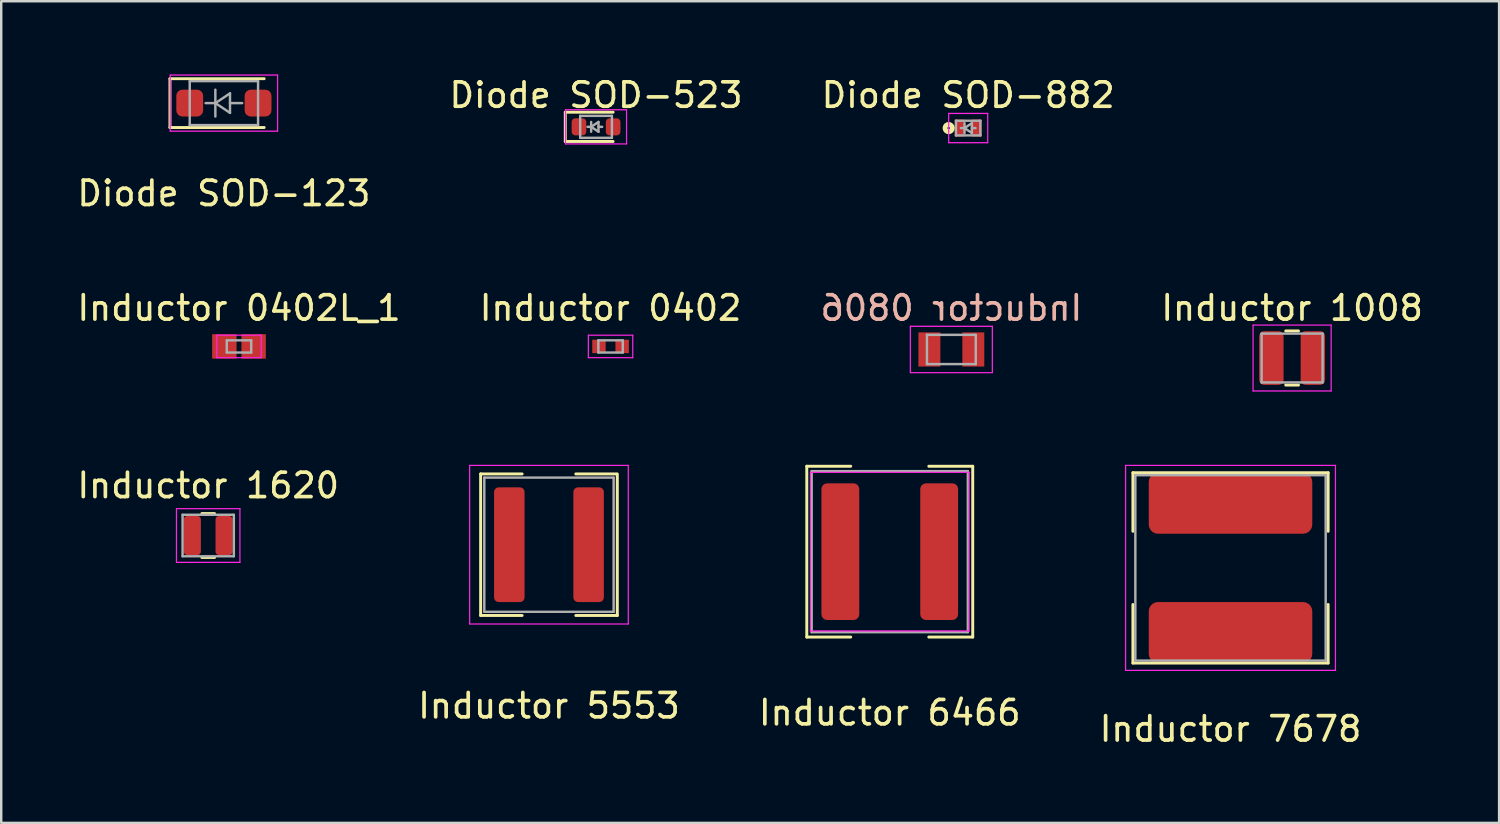
<source format=kicad_pcb>
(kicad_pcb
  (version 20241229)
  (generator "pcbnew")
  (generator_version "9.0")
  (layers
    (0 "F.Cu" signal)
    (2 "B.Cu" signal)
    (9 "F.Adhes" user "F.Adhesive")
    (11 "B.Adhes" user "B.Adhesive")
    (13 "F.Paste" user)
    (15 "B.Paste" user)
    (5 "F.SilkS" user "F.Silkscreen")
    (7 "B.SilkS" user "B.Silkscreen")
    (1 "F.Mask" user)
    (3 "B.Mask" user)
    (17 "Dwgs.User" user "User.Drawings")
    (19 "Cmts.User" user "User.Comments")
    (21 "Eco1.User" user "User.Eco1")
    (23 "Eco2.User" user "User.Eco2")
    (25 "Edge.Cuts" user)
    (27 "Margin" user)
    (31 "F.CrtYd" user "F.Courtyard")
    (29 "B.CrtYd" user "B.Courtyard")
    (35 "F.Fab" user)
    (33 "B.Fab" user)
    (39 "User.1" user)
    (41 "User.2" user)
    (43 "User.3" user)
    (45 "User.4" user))
  (footprint "Inductor 0402L_1"
    (layer "F.Cu")
    (at 6.744 11.146)
    (property "Reference" "Inductor 0402L_1" (at 0 -1.575 0) (layer "F.SilkS") (effects (font (size 1 1) (thickness 0.15))))
    (attr smd)
    (fp_line (start -0.91 -0.46) (end 0.91 -0.46) (stroke (width 0.05) (type solid)) (layer "F.CrtYd"))
    (fp_line (start -0.91 0.46) (end -0.91 -0.46) (stroke (width 0.05) (type solid)) (layer "F.CrtYd"))
    (fp_line (start 0.91 -0.46) (end 0.91 0.46) (stroke (width 0.05) (type solid)) (layer "F.CrtYd"))
    (fp_line (start 0.91 0.46) (end -0.91 0.46) (stroke (width 0.05) (type solid)) (layer "F.CrtYd"))
    (fp_line (start -0.5 -0.25) (end 0.5 -0.25) (stroke (width 0.1) (type solid)) (layer "F.Fab"))
    (fp_line (start -0.5 0.25) (end -0.5 -0.25) (stroke (width 0.1) (type solid)) (layer "F.Fab"))
    (fp_line (start 0.5 -0.25) (end 0.5 0.25) (stroke (width 0.1) (type solid)) (layer "F.Fab"))
    (fp_line (start 0.5 0.25) (end -0.5 0.25) (stroke (width 0.1) (type solid)) (layer "F.Fab"))
    (pad "1" smd rect (at -0.6 0) (size 1 1) (layers "F.Cu" "F.Mask" "F.Paste"))
    (pad "2" smd rect (at 0.6 0) (size 1 1) (layers "F.Cu" "F.Mask" "F.Paste")))
  (footprint "Inductor 0402"
    (layer "F.Cu")
    (at 21.97 11.146)
    (property "Reference" "Inductor 0402" (at 0 -1.575 0) (layer "F.SilkS") (effects (font (size 1 1) (thickness 0.15))))
    (attr smd)
    (fp_line (start -0.91 -0.46) (end 0.91 -0.46) (stroke (width 0.05) (type solid)) (layer "F.CrtYd"))
    (fp_line (start -0.91 0.46) (end -0.91 -0.46) (stroke (width 0.05) (type solid)) (layer "F.CrtYd"))
    (fp_line (start 0.91 -0.46) (end 0.91 0.46) (stroke (width 0.05) (type solid)) (layer "F.CrtYd"))
    (fp_line (start 0.91 0.46) (end -0.91 0.46) (stroke (width 0.05) (type solid)) (layer "F.CrtYd"))
    (fp_line (start -0.5 -0.25) (end 0.5 -0.25) (stroke (width 0.1) (type solid)) (layer "F.Fab"))
    (fp_line (start -0.5 0.25) (end -0.5 -0.25) (stroke (width 0.1) (type solid)) (layer "F.Fab"))
    (fp_line (start 0.5 -0.25) (end 0.5 0.25) (stroke (width 0.1) (type solid)) (layer "F.Fab"))
    (fp_line (start 0.5 0.25) (end -0.5 0.25) (stroke (width 0.1) (type solid)) (layer "F.Fab"))
    (pad "1" smd rect (at -0.475 0) (size 0.55 0.55) (layers "F.Cu" "F.Mask" "F.Paste"))
    (pad "2" smd rect (at 0.475 0) (size 0.55 0.55) (layers "F.Cu" "F.Mask" "F.Paste")))
  (footprint "Diode SOD-123"
    (layer "F.Cu")
    (at 6.125 1.175)
    (property "Reference" "Diode SOD-123" (at 0 3.7 0) (layer "F.SilkS") (effects (font (size 1 1) (thickness 0.15))))
    (attr smd)
    (fp_line (start -2.21 -1) (end -2.21 1) (stroke (width 0.12) (type solid)) (layer "F.SilkS"))
    (fp_line (start -2.21 -1) (end 1.65 -1) (stroke (width 0.12) (type solid)) (layer "F.SilkS"))
    (fp_line (start -2.21 1) (end 1.65 1) (stroke (width 0.12) (type solid)) (layer "F.SilkS"))
    (fp_line (start -2.2 -1.15) (end -2.2 1.15) (stroke (width 0.05) (type solid)) (layer "F.CrtYd"))
    (fp_line (start -2.2 -1.15) (end 2.2 -1.15) (stroke (width 0.05) (type solid)) (layer "F.CrtYd"))
    (fp_line (start 2.2 -1.15) (end 2.2 1.15) (stroke (width 0.05) (type solid)) (layer "F.CrtYd"))
    (fp_line (start 2.2 1.15) (end -2.2 1.15) (stroke (width 0.05) (type solid)) (layer "F.CrtYd"))
    (fp_line (start -1.4 -0.9) (end 1.4 -0.9) (stroke (width 0.1) (type solid)) (layer "F.Fab"))
    (fp_line (start -1.4 0.9) (end -1.4 -0.9) (stroke (width 0.1) (type solid)) (layer "F.Fab"))
    (fp_line (start -0.75 0) (end -0.35 0) (stroke (width 0.1) (type solid)) (layer "F.Fab"))
    (fp_line (start -0.35 0) (end -0.35 -0.55) (stroke (width 0.1) (type solid)) (layer "F.Fab"))
    (fp_line (start -0.35 0) (end -0.35 0.55) (stroke (width 0.1) (type solid)) (layer "F.Fab"))
    (fp_line (start -0.35 0) (end 0.25 -0.4) (stroke (width 0.1) (type solid)) (layer "F.Fab"))
    (fp_line (start 0.25 -0.4) (end 0.25 0.4) (stroke (width 0.1) (type solid)) (layer "F.Fab"))
    (fp_line (start 0.25 0) (end 0.75 0) (stroke (width 0.1) (type solid)) (layer "F.Fab"))
    (fp_line (start 0.25 0.4) (end -0.35 0) (stroke (width 0.1) (type solid)) (layer "F.Fab"))
    (fp_line (start 1.4 -0.9) (end 1.4 0.9) (stroke (width 0.1) (type solid)) (layer "F.Fab"))
    (fp_line (start 1.4 0.9) (end -1.4 0.9) (stroke (width 0.1) (type solid)) (layer "F.Fab"))
    (pad "1" smd roundrect (at -1.4 0) (size 1.1 1.1) (layers "F.Cu" "F.Mask" "F.Paste") (roundrect_rratio 0.227))
    (pad "2" smd roundrect (at 1.4 0) (size 1.1 1.1) (layers "F.Cu" "F.Mask" "F.Paste") (roundrect_rratio 0.227)))
  (footprint "Diode SOD-882"
    (layer "F.Cu")
    (at 36.625 2.198)
    (property "Reference" "Diode SOD-882" (at 0 -1.35 0) (layer "F.SilkS") (effects (font (size 1 1) (thickness 0.15))))
    (attr smd)
    (fp_circle (center -0.8 0) (end -0.75 0) (stroke (width 0.2) (type default)) (fill no) (layer "F.SilkS"))
    (fp_line (start -0.8 -0.6) (end -0.8 0.6) (stroke (width 0.05) (type solid)) (layer "F.CrtYd"))
    (fp_line (start -0.8 -0.6) (end 0.8 -0.6) (stroke (width 0.05) (type solid)) (layer "F.CrtYd"))
    (fp_line (start 0.8 -0.6) (end 0.8 0.6) (stroke (width 0.05) (type solid)) (layer "F.CrtYd"))
    (fp_line (start 0.8 0.6) (end -0.8 0.6) (stroke (width 0.05) (type solid)) (layer "F.CrtYd"))
    (fp_line (start -0.5 -0.3) (end 0.5 -0.3) (stroke (width 0.1) (type solid)) (layer "F.Fab"))
    (fp_line (start -0.5 0.3) (end -0.5 -0.3) (stroke (width 0.1) (type solid)) (layer "F.Fab"))
    (fp_line (start -0.15 0) (end -0.3 0) (stroke (width 0.1) (type solid)) (layer "F.Fab"))
    (fp_line (start -0.15 0) (end 0.15 0.2) (stroke (width 0.1) (type solid)) (layer "F.Fab"))
    (fp_line (start -0.15 0.2) (end -0.15 -0.2) (stroke (width 0.1) (type solid)) (layer "F.Fab"))
    (fp_line (start 0.15 -0.2) (end -0.15 0) (stroke (width 0.1) (type solid)) (layer "F.Fab"))
    (fp_line (start 0.15 0) (end 0.3 0) (stroke (width 0.1) (type solid)) (layer "F.Fab"))
    (fp_line (start 0.15 0.2) (end 0.15 -0.2) (stroke (width 0.1) (type solid)) (layer "F.Fab"))
    (fp_line (start 0.5 -0.3) (end 0.5 0.3) (stroke (width 0.1) (type solid)) (layer "F.Fab"))
    (fp_line (start 0.5 0.3) (end -0.5 0.3) (stroke (width 0.1) (type solid)) (layer "F.Fab"))
    (pad "" smd roundrect (at -0.35 0) (size 0.3 0.6) (layers "F.Paste") (roundrect_rratio 0.167))
    (pad "" smd roundrect (at 0.35 0) (size 0.3 0.6) (layers "F.Paste") (roundrect_rratio 0.167))
    (pad "1" smd rect (at -0.35 0) (size 0.4 0.7) (layers "F.Cu" "F.Mask"))
    (pad "2" smd rect (at 0.35 0) (size 0.4 0.7) (layers "F.Cu" "F.Mask")))
  (footprint "Inductor 1008"
    (layer "F.Cu")
    (at 49.899 11.621)
    (property "Reference" "Inductor 1008" (at 0 -2.05 0) (layer "F.SilkS") (effects (font (size 1 1) (thickness 0.15))))
    (attr smd)
    (fp_line (start -0.261 -1.11) (end 0.261 -1.11) (stroke (width 0.12) (type solid)) (layer "F.SilkS"))
    (fp_line (start -0.261 1.11) (end 0.261 1.11) (stroke (width 0.12) (type solid)) (layer "F.SilkS"))
    (fp_line (start -1.6 -1.35) (end 1.6 -1.35) (stroke (width 0.05) (type solid)) (layer "F.CrtYd"))
    (fp_line (start -1.6 1.35) (end -1.6 -1.35) (stroke (width 0.05) (type solid)) (layer "F.CrtYd"))
    (fp_line (start 1.6 -1.35) (end 1.6 1.35) (stroke (width 0.05) (type solid)) (layer "F.CrtYd"))
    (fp_line (start 1.6 1.35) (end -1.6 1.35) (stroke (width 0.05) (type solid)) (layer "F.CrtYd"))
    (fp_line (start -1.25 -1) (end 1.25 -1) (stroke (width 0.1) (type solid)) (layer "F.Fab"))
    (fp_line (start -1.25 1) (end -1.25 -1) (stroke (width 0.1) (type solid)) (layer "F.Fab"))
    (fp_line (start 1.25 -1) (end 1.25 1) (stroke (width 0.1) (type solid)) (layer "F.Fab"))
    (fp_line (start 1.25 1) (end -1.25 1) (stroke (width 0.1) (type solid)) (layer "F.Fab"))
    (pad "1" smd roundrect (at -0.85 0) (size 1 2.2) (layers "F.Cu" "F.Mask" "F.Paste") (roundrect_rratio 0.2))
    (pad "2" smd roundrect (at 0.85 0) (size 1 2.2) (layers "F.Cu" "F.Mask" "F.Paste") (roundrect_rratio 0.2)))
  (footprint "Inductor 5553"
    (layer "F.Cu")
    (at 19.446 19.271)
    (property "Reference" "Inductor 5553" (at 0 6.6 0) (layer "F.SilkS") (effects (font (size 1 1) (thickness 0.15))))
    (attr smd)
    (fp_line (start -2.8 -2.9) (end -1.1 -2.9) (stroke (width 0.12) (type solid)) (layer "F.SilkS"))
    (fp_line (start -2.8 2.9) (end -2.8 -2.9) (stroke (width 0.12) (type solid)) (layer "F.SilkS"))
    (fp_line (start -1.1 2.9) (end -2.8 2.9) (stroke (width 0.12) (type solid)) (layer "F.SilkS"))
    (fp_line (start 1.1 2.9) (end 2.8 2.9) (stroke (width 0.12) (type solid)) (layer "F.SilkS"))
    (fp_line (start 2.75 -2.9) (end 1.1 -2.9) (stroke (width 0.12) (type solid)) (layer "F.SilkS"))
    (fp_line (start 2.8 2.9) (end 2.8 -2.9) (stroke (width 0.12) (type solid)) (layer "F.SilkS"))
    (fp_line (start -3.25 -3.25) (end -3.25 3.25) (stroke (width 0.05) (type solid)) (layer "F.CrtYd"))
    (fp_line (start -3.25 3.25) (end 3.25 3.25) (stroke (width 0.05) (type solid)) (layer "F.CrtYd"))
    (fp_line (start 3.25 -3.25) (end -3.25 -3.25) (stroke (width 0.05) (type solid)) (layer "F.CrtYd"))
    (fp_line (start 3.25 3.25) (end 3.25 -3.25) (stroke (width 0.05) (type solid)) (layer "F.CrtYd"))
    (fp_line (start -2.65 -2.75) (end -2.65 2.75) (stroke (width 0.1) (type solid)) (layer "F.Fab"))
    (fp_line (start -2.65 2.75) (end 2.65 2.75) (stroke (width 0.1) (type solid)) (layer "F.Fab"))
    (fp_line (start 2.65 -2.75) (end -2.65 -2.75) (stroke (width 0.1) (type solid)) (layer "F.Fab"))
    (fp_line (start 2.65 2.75) (end 2.65 -2.75) (stroke (width 0.1) (type solid)) (layer "F.Fab"))
    (pad "1" smd roundrect (at -1.625 0) (size 1.25 4.7) (layers "F.Cu" "F.Mask" "F.Paste") (roundrect_rratio 0.15))
    (pad "2" smd roundrect (at 1.625 0) (size 1.25 4.7) (layers "F.Cu" "F.Mask" "F.Paste") (roundrect_rratio 0.15)))
  (footprint "Inductor 7678"
    (layer "F.Cu")
    (at 47.375 20.221)
    (property "Reference" "Inductor 7678" (at 0 6.6 0) (layer "F.SilkS") (effects (font (size 1 1) (thickness 0.15))))
    (attr smd)
    (fp_line (start -4 -3.9) (end 4 -3.9) (stroke (width 0.12) (type solid)) (layer "F.SilkS"))
    (fp_line (start -4 -1.5) (end -4 -3.9) (stroke (width 0.12) (type solid)) (layer "F.SilkS"))
    (fp_line (start -4 1.5) (end -4 3.9) (stroke (width 0.12) (type solid)) (layer "F.SilkS"))
    (fp_line (start -4 3.9) (end 4 3.9) (stroke (width 0.12) (type solid)) (layer "F.SilkS"))
    (fp_line (start 4 -3.9) (end 4 -1.5) (stroke (width 0.12) (type solid)) (layer "F.SilkS"))
    (fp_line (start 4 3.9) (end 4 1.5) (stroke (width 0.12) (type solid)) (layer "F.SilkS"))
    (fp_line (start -4.3 -4.2) (end -4.3 4.2) (stroke (width 0.05) (type solid)) (layer "F.CrtYd"))
    (fp_line (start -4.3 4.2) (end 4.3 4.2) (stroke (width 0.05) (type solid)) (layer "F.CrtYd"))
    (fp_line (start 4.3 -4.2) (end -4.3 -4.2) (stroke (width 0.05) (type solid)) (layer "F.CrtYd"))
    (fp_line (start 4.3 4.2) (end 4.3 -4.2) (stroke (width 0.05) (type solid)) (layer "F.CrtYd"))
    (fp_line (start -3.9 -3.8) (end -3.9 3.8) (stroke (width 0.1) (type solid)) (layer "F.Fab"))
    (fp_line (start -3.9 3.8) (end 3.9 3.8) (stroke (width 0.1) (type solid)) (layer "F.Fab"))
    (fp_line (start 3.9 -3.8) (end -3.9 -3.8) (stroke (width 0.1) (type solid)) (layer "F.Fab"))
    (fp_line (start 3.9 3.8) (end 3.9 -3.8) (stroke (width 0.1) (type solid)) (layer "F.Fab"))
    (pad "1" smd roundrect (at 0 -2.65 270) (size 2.5 6.7) (layers "F.Cu" "F.Mask" "F.Paste") (roundrect_rratio 0.15))
    (pad "2" smd roundrect (at 0 2.65 270) (size 2.5 6.7) (layers "F.Cu" "F.Mask" "F.Paste") (roundrect_rratio 0.15)))
  (footprint "Inductor 0806"
    (layer "F.Cu")
    (at 35.935 11.271)
    (property "Reference" "Inductor 0806" (at 0 -1.7 0) (layer "B.SilkS") (effects (font (size 1 1) (thickness 0.15)) (justify mirror)))
    (attr smd)
    (fp_line (start -1.68 -0.95) (end 1.68 -0.95) (stroke (width 0.05) (type solid)) (layer "F.CrtYd"))
    (fp_line (start -1.68 0.95) (end -1.68 -0.95) (stroke (width 0.05) (type solid)) (layer "F.CrtYd"))
    (fp_line (start 1.68 -0.95) (end 1.68 0.95) (stroke (width 0.05) (type solid)) (layer "F.CrtYd"))
    (fp_line (start 1.68 0.95) (end -1.68 0.95) (stroke (width 0.05) (type solid)) (layer "F.CrtYd"))
    (fp_line (start -1 -0.6) (end 1 -0.6) (stroke (width 0.1) (type solid)) (layer "F.Fab"))
    (fp_line (start -1 0.6) (end -1 -0.6) (stroke (width 0.1) (type solid)) (layer "F.Fab"))
    (fp_line (start 1 -0.6) (end 1 0.6) (stroke (width 0.1) (type solid)) (layer "F.Fab"))
    (fp_line (start 1 0.6) (end -1 0.6) (stroke (width 0.1) (type solid)) (layer "F.Fab"))
    (pad "1" smd rect (at -0.9 0) (size 0.9 1.4) (layers "F.Cu" "F.Mask" "F.Paste"))
    (pad "2" smd rect (at 0.9 0) (size 0.9 1.4) (layers "F.Cu" "F.Mask" "F.Paste")))
  (footprint "Inductor 6466"
    (layer "F.Cu")
    (at 33.411 19.556)
    (property "Reference" "Inductor 6466" (at 0 6.6 0) (layer "F.SilkS") (effects (font (size 1 1) (thickness 0.15))))
    (attr smd)
    (fp_line (start -3.4 -3.5) (end -1.6 -3.5) (stroke (width 0.12) (type solid)) (layer "F.SilkS"))
    (fp_line (start -3.4 3.5) (end -3.4 -3.5) (stroke (width 0.12) (type solid)) (layer "F.SilkS"))
    (fp_line (start -1.6 3.5) (end -3.4 3.5) (stroke (width 0.12) (type solid)) (layer "F.SilkS"))
    (fp_line (start 1.6 3.5) (end 3.4 3.5) (stroke (width 0.12) (type solid)) (layer "F.SilkS"))
    (fp_line (start 3.4 -3.5) (end 1.6 -3.5) (stroke (width 0.12) (type solid)) (layer "F.SilkS"))
    (fp_line (start 3.4 3.5) (end 3.4 -3.5) (stroke (width 0.12) (type solid)) (layer "F.SilkS"))
    (fp_line (start -3.25 -3.25) (end -3.25 3.25) (stroke (width 0.05) (type solid)) (layer "F.CrtYd"))
    (fp_line (start -3.25 3.25) (end 3.25 3.25) (stroke (width 0.05) (type solid)) (layer "F.CrtYd"))
    (fp_line (start 3.25 -3.25) (end -3.25 -3.25) (stroke (width 0.05) (type solid)) (layer "F.CrtYd"))
    (fp_line (start 3.25 3.25) (end 3.25 -3.25) (stroke (width 0.05) (type solid)) (layer "F.CrtYd"))
    (fp_line (start -3.2 -3.3) (end -3.2 3.3) (stroke (width 0.1) (type solid)) (layer "F.Fab"))
    (fp_line (start -3.2 3.3) (end 3.2 3.3) (stroke (width 0.1) (type solid)) (layer "F.Fab"))
    (fp_line (start 3.2 -3.3) (end -3.2 -3.3) (stroke (width 0.1) (type solid)) (layer "F.Fab"))
    (fp_line (start 3.2 3.3) (end 3.2 -3.3) (stroke (width 0.1) (type solid)) (layer "F.Fab"))
    (pad "1" smd roundrect (at -2.025 0) (size 1.55 5.6) (layers "F.Cu" "F.Mask" "F.Paste") (roundrect_rratio 0.15))
    (pad "2" smd roundrect (at 2.025 0) (size 1.55 5.6) (layers "F.Cu" "F.Mask" "F.Paste") (roundrect_rratio 0.15)))
  (footprint "Inductor 1620"
    (layer "F.Cu")
    (at 5.482 18.895)
    (property "Reference" "Inductor 1620" (at 0 -2.05 0) (layer "F.SilkS") (effects (font (size 1 1) (thickness 0.15))))
    (attr smd)
    (fp_line (start -0.261 -0.9) (end 0.261 -0.9) (stroke (width 0.12) (type solid)) (layer "F.SilkS"))
    (fp_line (start -0.261 0.9) (end 0.261 0.9) (stroke (width 0.12) (type solid)) (layer "F.SilkS"))
    (fp_line (start -1.3 -1.1) (end 1.3 -1.1) (stroke (width 0.05) (type solid)) (layer "F.CrtYd"))
    (fp_line (start -1.3 1.1) (end -1.3 -1.1) (stroke (width 0.05) (type solid)) (layer "F.CrtYd"))
    (fp_line (start 1.3 -1.1) (end 1.3 1.1) (stroke (width 0.05) (type solid)) (layer "F.CrtYd"))
    (fp_line (start 1.3 1.1) (end -1.3 1.1) (stroke (width 0.05) (type solid)) (layer "F.CrtYd"))
    (fp_line (start -1.05 -0.85) (end 1.05 -0.85) (stroke (width 0.1) (type solid)) (layer "F.Fab"))
    (fp_line (start -1.05 0.85) (end -1.05 -0.85) (stroke (width 0.1) (type solid)) (layer "F.Fab"))
    (fp_line (start 1.05 -0.85) (end 1.05 0.85) (stroke (width 0.1) (type solid)) (layer "F.Fab"))
    (fp_line (start 1.05 0.85) (end -1.05 0.85) (stroke (width 0.1) (type solid)) (layer "F.Fab"))
    (pad "1" smd roundrect (at -0.65 0) (size 0.7 1.6) (layers "F.Cu" "F.Mask" "F.Paste") (roundrect_rratio 0.2))
    (pad "2" smd roundrect (at 0.65 0) (size 0.7 1.6) (layers "F.Cu" "F.Mask" "F.Paste") (roundrect_rratio 0.2)))
  (footprint "Diode SOD-523"
    (layer "F.Cu")
    (at 21.375 2.148)
    (property "Reference" "Diode SOD-523" (at 0 -1.3 0) (layer "F.SilkS") (effects (font (size 1 1) (thickness 0.15))))
    (attr smd)
    (fp_line (start -1.26 -0.6) (end -1.26 0.6) (stroke (width 0.12) (type solid)) (layer "F.SilkS"))
    (fp_line (start 0.7 -0.6) (end -1.26 -0.6) (stroke (width 0.12) (type solid)) (layer "F.SilkS"))
    (fp_line (start 0.7 0.6) (end -1.26 0.6) (stroke (width 0.12) (type solid)) (layer "F.SilkS"))
    (fp_line (start -1.25 -0.7) (end 1.25 -0.7) (stroke (width 0.05) (type solid)) (layer "F.CrtYd"))
    (fp_line (start -1.25 0.7) (end -1.25 -0.7) (stroke (width 0.05) (type solid)) (layer "F.CrtYd"))
    (fp_line (start 1.25 -0.7) (end 1.25 0.7) (stroke (width 0.05) (type solid)) (layer "F.CrtYd"))
    (fp_line (start 1.25 0.7) (end -1.25 0.7) (stroke (width 0.05) (type solid)) (layer "F.CrtYd"))
    (fp_line (start -0.65 -0.45) (end 0.65 -0.45) (stroke (width 0.1) (type solid)) (layer "F.Fab"))
    (fp_line (start -0.65 0.45) (end -0.65 -0.45) (stroke (width 0.1) (type solid)) (layer "F.Fab"))
    (fp_line (start -0.2 0) (end -0.35 0) (stroke (width 0.1) (type solid)) (layer "F.Fab"))
    (fp_line (start -0.2 0) (end 0.1 0.2) (stroke (width 0.1) (type solid)) (layer "F.Fab"))
    (fp_line (start -0.2 0.2) (end -0.2 -0.2) (stroke (width 0.1) (type solid)) (layer "F.Fab"))
    (fp_line (start 0.1 -0.2) (end -0.2 0) (stroke (width 0.1) (type solid)) (layer "F.Fab"))
    (fp_line (start 0.1 0) (end 0.25 0) (stroke (width 0.1) (type solid)) (layer "F.Fab"))
    (fp_line (start 0.1 0.2) (end 0.1 -0.2) (stroke (width 0.1) (type solid)) (layer "F.Fab"))
    (fp_line (start 0.65 -0.45) (end 0.65 0.45) (stroke (width 0.1) (type solid)) (layer "F.Fab"))
    (fp_line (start 0.65 0.45) (end -0.65 0.45) (stroke (width 0.1) (type solid)) (layer "F.Fab"))
    (pad "1" smd roundrect (at -0.7 0 180) (size 0.6 0.7) (layers "F.Cu" "F.Mask" "F.Paste") (roundrect_rratio 0.25))
    (pad "2" smd roundrect (at 0.7 0 180) (size 0.6 0.7) (layers "F.Cu" "F.Mask" "F.Paste") (roundrect_rratio 0.25)))
  (gr_rect
    (start -3 -3)
    (end 58.381 30.67)
    (stroke (width 0.1) (type default))
    (fill no)
    (layer "Edge.Cuts")))
</source>
